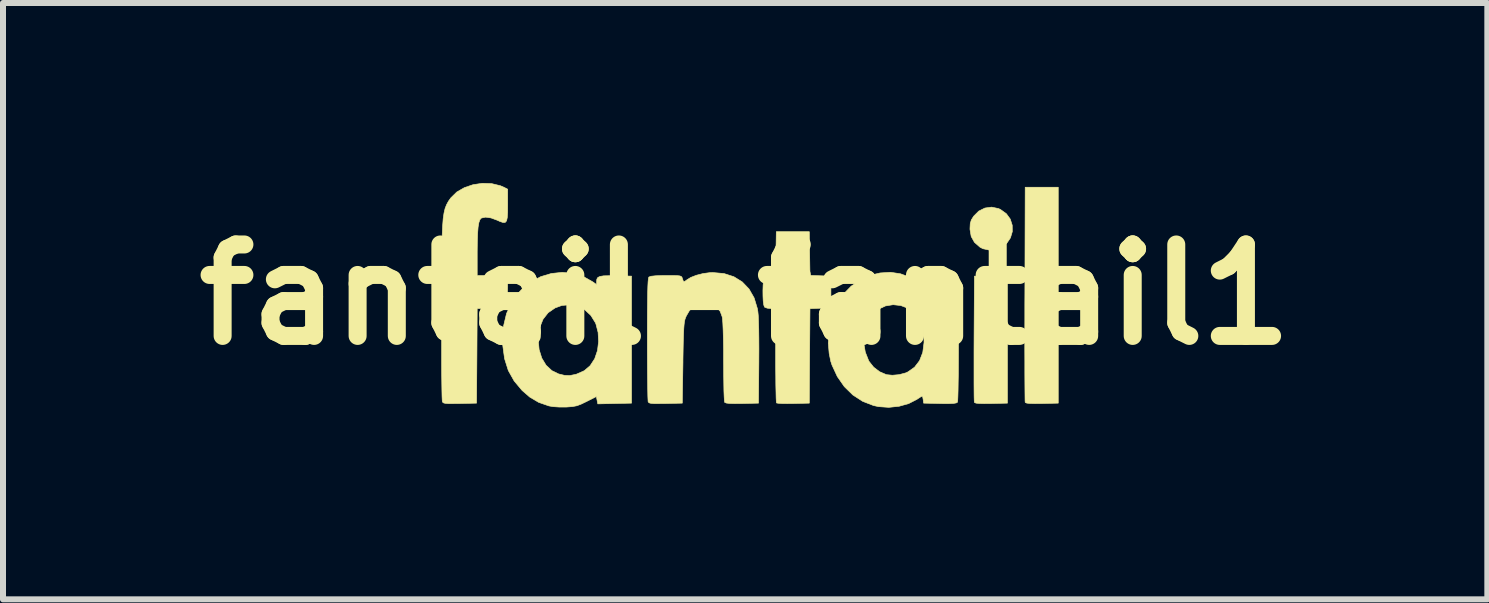
<source format=kicad_pcb>
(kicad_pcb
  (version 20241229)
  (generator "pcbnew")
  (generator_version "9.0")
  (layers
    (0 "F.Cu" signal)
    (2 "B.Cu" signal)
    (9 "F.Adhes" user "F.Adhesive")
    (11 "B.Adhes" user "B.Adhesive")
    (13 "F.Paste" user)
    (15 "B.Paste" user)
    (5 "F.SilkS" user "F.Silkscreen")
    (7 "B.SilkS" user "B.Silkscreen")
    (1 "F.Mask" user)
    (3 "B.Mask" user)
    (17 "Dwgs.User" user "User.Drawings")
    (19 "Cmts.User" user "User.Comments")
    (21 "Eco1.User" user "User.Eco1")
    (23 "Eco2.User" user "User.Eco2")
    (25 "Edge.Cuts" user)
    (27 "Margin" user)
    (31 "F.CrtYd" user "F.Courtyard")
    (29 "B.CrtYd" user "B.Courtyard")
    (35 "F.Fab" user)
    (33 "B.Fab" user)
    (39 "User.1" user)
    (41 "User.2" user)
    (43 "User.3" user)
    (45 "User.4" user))
  (footprint "fantail-fantail1"
    (layer "F.Cu")
    (at 4.169 3.689)
    (property "Reference" "fantail-fantail1" (at 5.2 -1.83 0) (layer "F.SilkS") (effects (font (size 1.524 1.524) (thickness 0.3))))
    (attr through_hole)
    (fp_poly (pts (xy 9.571 -0.02) (xy 9.301 -0.014) (xy 9.181 -0.013) (xy 9.099 -0.015) (xy 9.048 -0.02) (xy 9.024 -0.03) (xy 9.02 -0.035) (xy 9.018 -0.061) (xy 9.016 -0.126) (xy 9.015 -0.224) (xy 9.014 -0.351) (xy 9.014 -0.505) (xy 9.014 -0.68) (xy 9.014 -0.872) (xy 9.015 -1.077) (xy 9.015 -1.1) (xy 9.021 -2.137) (xy 9.571 -2.137) (xy 9.571 -0.02)) (stroke (width 0.01) (type solid)) (fill yes) (layer "F.SilkS"))
    (fp_poly (pts (xy 10.418 -0.02) (xy 10.147 -0.014) (xy 10.028 -0.013) (xy 9.946 -0.015) (xy 9.895 -0.02) (xy 9.87 -0.03) (xy 9.867 -0.035) (xy 9.865 -0.06) (xy 9.864 -0.124) (xy 9.863 -0.224) (xy 9.862 -0.357) (xy 9.861 -0.52) (xy 9.861 -0.709) (xy 9.86 -0.922) (xy 9.86 -1.155) (xy 9.861 -1.404) (xy 9.861 -1.668) (xy 9.862 -1.841) (xy 9.867 -3.619) (xy 10.418 -3.619) (xy 10.418 -0.02)) (stroke (width 0.01) (type solid)) (fill yes) (layer "F.SilkS"))
    (fp_poly (pts (xy 9.422 -3.263) (xy 9.453 -3.249) (xy 9.552 -3.178) (xy 9.618 -3.088) (xy 9.651 -2.985) (xy 9.652 -2.878) (xy 9.621 -2.775) (xy 9.558 -2.682) (xy 9.462 -2.607) (xy 9.45 -2.601) (xy 9.362 -2.574) (xy 9.26 -2.573) (xy 9.163 -2.594) (xy 9.114 -2.619) (xy 9.021 -2.701) (xy 8.967 -2.798) (xy 8.947 -2.916) (xy 8.947 -2.931) (xy 8.951 -3.012) (xy 8.969 -3.073) (xy 9.007 -3.134) (xy 9.008 -3.136) (xy 9.093 -3.221) (xy 9.196 -3.272) (xy 9.308 -3.287) (xy 9.422 -3.263)) (stroke (width 0.01) (type solid)) (fill yes) (layer "F.SilkS"))
    (fp_poly (pts (xy 6.28 -2.149) (xy 6.629 -2.137) (xy 6.629 -1.608) (xy 6.454 -1.602) (xy 6.28 -1.595) (xy 6.274 -0.808) (xy 6.269 -0.02) (xy 6.003 -0.014) (xy 5.901 -0.013) (xy 5.815 -0.014) (xy 5.753 -0.018) (xy 5.723 -0.023) (xy 5.723 -0.023) (xy 5.719 -0.047) (xy 5.716 -0.108) (xy 5.714 -0.202) (xy 5.711 -0.325) (xy 5.71 -0.47) (xy 5.708 -0.634) (xy 5.708 -0.811) (xy 5.708 -1.597) (xy 5.628 -1.597) (xy 5.568 -1.603) (xy 5.526 -1.619) (xy 5.522 -1.623) (xy 5.51 -1.656) (xy 5.501 -1.72) (xy 5.497 -1.804) (xy 5.496 -1.896) (xy 5.499 -1.985) (xy 5.505 -2.06) (xy 5.515 -2.11) (xy 5.522 -2.122) (xy 5.559 -2.139) (xy 5.616 -2.147) (xy 5.627 -2.147) (xy 5.707 -2.147) (xy 5.713 -2.513) (xy 5.719 -2.878) (xy 6.269 -2.878) (xy 6.28 -2.149)) (stroke (width 0.01) (type solid)) (fill yes) (layer "F.SilkS"))
    (fp_poly (pts (xy 0.974 -3.679) (xy 1.119 -3.644) (xy 1.184 -3.616) (xy 1.242 -3.586) (xy 1.242 -3.324) (xy 1.241 -3.199) (xy 1.235 -3.112) (xy 1.223 -3.058) (xy 1.2 -3.032) (xy 1.164 -3.031) (xy 1.111 -3.049) (xy 1.07 -3.068) (xy 0.964 -3.107) (xy 0.874 -3.12) (xy 0.808 -3.106) (xy 0.801 -3.103) (xy 0.779 -3.077) (xy 0.762 -3.029) (xy 0.749 -2.954) (xy 0.741 -2.849) (xy 0.736 -2.709) (xy 0.734 -2.534) (xy 0.734 -2.147) (xy 0.977 -2.147) (xy 1.08 -2.148) (xy 1.153 -2.144) (xy 1.201 -2.131) (xy 1.228 -2.101) (xy 1.24 -2.048) (xy 1.241 -1.967) (xy 1.238 -1.851) (xy 1.237 -1.83) (xy 1.231 -1.608) (xy 0.983 -1.602) (xy 0.734 -1.596) (xy 0.729 -0.808) (xy 0.723 -0.02) (xy 0.445 -0.014) (xy 0.33 -0.013) (xy 0.251 -0.013) (xy 0.2 -0.017) (xy 0.171 -0.025) (xy 0.157 -0.038) (xy 0.154 -0.043) (xy 0.151 -0.071) (xy 0.148 -0.137) (xy 0.146 -0.235) (xy 0.144 -0.36) (xy 0.142 -0.508) (xy 0.141 -0.673) (xy 0.141 -0.836) (xy 0.141 -1.594) (xy 0.072 -1.601) (xy 0.004 -1.608) (xy 0.004 -2.137) (xy 0.07 -2.143) (xy 0.136 -2.15) (xy 0.147 -2.641) (xy 0.151 -2.826) (xy 0.158 -2.975) (xy 0.167 -3.094) (xy 0.181 -3.189) (xy 0.199 -3.265) (xy 0.224 -3.329) (xy 0.256 -3.387) (xy 0.296 -3.443) (xy 0.394 -3.539) (xy 0.521 -3.612) (xy 0.665 -3.661) (xy 0.819 -3.684) (xy 0.974 -3.679)) (stroke (width 0.01) (type solid)) (fill yes) (layer "F.SilkS"))
    (fp_poly (pts (xy 2.333 -2.182) (xy 2.507 -2.128) (xy 2.661 -2.041) (xy 2.724 -1.996) (xy 2.724 -2.048) (xy 2.728 -2.087) (xy 2.745 -2.115) (xy 2.781 -2.132) (xy 2.842 -2.142) (xy 2.934 -2.144) (xy 3.044 -2.143) (xy 3.306 -2.137) (xy 3.306 -0.02) (xy 2.744 -0.008) (xy 2.732 -0.069) (xy 2.72 -0.13) (xy 2.556 -0.047) (xy 2.467 -0.004) (xy 2.396 0.023) (xy 2.323 0.037) (xy 2.232 0.044) (xy 2.214 0.045) (xy 2.102 0.045) (xy 1.998 0.038) (xy 1.929 0.026) (xy 1.759 -0.033) (xy 1.61 -0.121) (xy 1.483 -0.231) (xy 1.35 -0.39) (xy 1.252 -0.565) (xy 1.19 -0.762) (xy 1.16 -0.982) (xy 1.158 -1.074) (xy 1.751 -1.074) (xy 1.766 -0.913) (xy 1.81 -0.771) (xy 1.882 -0.652) (xy 1.978 -0.562) (xy 2.091 -0.507) (xy 2.191 -0.483) (xy 2.277 -0.48) (xy 2.372 -0.499) (xy 2.393 -0.505) (xy 2.519 -0.561) (xy 2.617 -0.645) (xy 2.694 -0.763) (xy 2.694 -0.765) (xy 2.739 -0.897) (xy 2.757 -1.047) (xy 2.749 -1.199) (xy 2.713 -1.338) (xy 2.704 -1.36) (xy 2.628 -1.482) (xy 2.528 -1.575) (xy 2.41 -1.635) (xy 2.28 -1.66) (xy 2.144 -1.648) (xy 2.032 -1.607) (xy 1.916 -1.527) (xy 1.831 -1.418) (xy 1.776 -1.28) (xy 1.752 -1.115) (xy 1.751 -1.074) (xy 1.158 -1.074) (xy 1.158 -1.079) (xy 1.174 -1.309) (xy 1.223 -1.514) (xy 1.307 -1.697) (xy 1.425 -1.862) (xy 1.477 -1.917) (xy 1.627 -2.039) (xy 1.793 -2.128) (xy 1.97 -2.181) (xy 2.152 -2.2) (xy 2.333 -2.182)) (stroke (width 0.01) (type solid)) (fill yes) (layer "F.SilkS"))
    (fp_poly (pts (xy 4.848 -2.18) (xy 5.012 -2.127) (xy 5.151 -2.041) (xy 5.264 -1.923) (xy 5.349 -1.775) (xy 5.403 -1.598) (xy 5.412 -1.544) (xy 5.418 -1.483) (xy 5.422 -1.384) (xy 5.426 -1.255) (xy 5.428 -1.101) (xy 5.429 -0.928) (xy 5.428 -0.741) (xy 5.428 -0.708) (xy 5.422 -0.02) (xy 5.149 -0.014) (xy 5.027 -0.013) (xy 4.942 -0.015) (xy 4.889 -0.021) (xy 4.862 -0.031) (xy 4.858 -0.035) (xy 4.854 -0.063) (xy 4.85 -0.127) (xy 4.846 -0.223) (xy 4.844 -0.344) (xy 4.842 -0.487) (xy 4.841 -0.645) (xy 4.84 -0.715) (xy 4.84 -0.915) (xy 4.837 -1.091) (xy 4.833 -1.237) (xy 4.828 -1.351) (xy 4.822 -1.429) (xy 4.817 -1.459) (xy 4.784 -1.549) (xy 4.733 -1.608) (xy 4.657 -1.642) (xy 4.548 -1.656) (xy 4.43 -1.652) (xy 4.34 -1.622) (xy 4.272 -1.564) (xy 4.22 -1.475) (xy 4.207 -1.445) (xy 4.196 -1.414) (xy 4.188 -1.376) (xy 4.182 -1.327) (xy 4.177 -1.262) (xy 4.173 -1.175) (xy 4.169 -1.062) (xy 4.166 -0.917) (xy 4.163 -0.736) (xy 4.163 -0.698) (xy 4.152 -0.02) (xy 3.874 -0.014) (xy 3.759 -0.013) (xy 3.68 -0.013) (xy 3.629 -0.017) (xy 3.6 -0.025) (xy 3.586 -0.038) (xy 3.583 -0.043) (xy 3.581 -0.07) (xy 3.578 -0.136) (xy 3.576 -0.235) (xy 3.574 -0.364) (xy 3.572 -0.518) (xy 3.571 -0.692) (xy 3.57 -0.884) (xy 3.57 -1.087) (xy 3.57 -1.336) (xy 3.571 -1.546) (xy 3.573 -1.719) (xy 3.575 -1.857) (xy 3.578 -1.964) (xy 3.582 -2.041) (xy 3.587 -2.091) (xy 3.593 -2.118) (xy 3.596 -2.122) (xy 3.631 -2.135) (xy 3.708 -2.143) (xy 3.827 -2.147) (xy 3.881 -2.147) (xy 3.989 -2.147) (xy 4.063 -2.146) (xy 4.109 -2.141) (xy 4.134 -2.132) (xy 4.147 -2.118) (xy 4.154 -2.096) (xy 4.154 -2.095) (xy 4.17 -2.052) (xy 4.191 -2.047) (xy 4.227 -2.074) (xy 4.293 -2.115) (xy 4.388 -2.152) (xy 4.498 -2.18) (xy 4.611 -2.195) (xy 4.66 -2.197) (xy 4.848 -2.18)) (stroke (width 0.01) (type solid)) (fill yes) (layer "F.SilkS"))
    (fp_poly (pts (xy 7.789 -2.176) (xy 7.956 -2.115) (xy 8.086 -2.043) (xy 8.161 -1.998) (xy 8.167 -2.067) (xy 8.174 -2.137) (xy 8.436 -2.143) (xy 8.571 -2.144) (xy 8.666 -2.139) (xy 8.718 -2.129) (xy 8.727 -2.124) (xy 8.733 -2.113) (xy 8.739 -2.087) (xy 8.744 -2.045) (xy 8.748 -1.983) (xy 8.751 -1.898) (xy 8.753 -1.786) (xy 8.754 -1.644) (xy 8.755 -1.469) (xy 8.756 -1.257) (xy 8.756 -1.081) (xy 8.755 -0.877) (xy 8.754 -0.685) (xy 8.753 -0.51) (xy 8.75 -0.356) (xy 8.748 -0.228) (xy 8.745 -0.129) (xy 8.742 -0.063) (xy 8.738 -0.036) (xy 8.738 -0.035) (xy 8.719 -0.024) (xy 8.674 -0.016) (xy 8.6 -0.013) (xy 8.491 -0.013) (xy 8.447 -0.014) (xy 8.174 -0.02) (xy 8.167 -0.078) (xy 8.159 -0.121) (xy 8.15 -0.137) (xy 8.128 -0.126) (xy 8.084 -0.098) (xy 8.062 -0.083) (xy 7.925 -0.013) (xy 7.765 0.032) (xy 7.594 0.05) (xy 7.424 0.038) (xy 7.34 0.02) (xy 7.159 -0.05) (xy 6.995 -0.156) (xy 6.853 -0.295) (xy 6.736 -0.463) (xy 6.647 -0.655) (xy 6.626 -0.719) (xy 6.6 -0.849) (xy 6.587 -1.003) (xy 6.587 -1.022) (xy 7.177 -1.022) (xy 7.202 -0.871) (xy 7.257 -0.731) (xy 7.267 -0.713) (xy 7.341 -0.62) (xy 7.44 -0.544) (xy 7.549 -0.497) (xy 7.554 -0.495) (xy 7.653 -0.485) (xy 7.766 -0.495) (xy 7.872 -0.523) (xy 7.909 -0.539) (xy 8.023 -0.619) (xy 8.107 -0.729) (xy 8.16 -0.866) (xy 8.181 -1.03) (xy 8.18 -1.12) (xy 8.172 -1.219) (xy 8.158 -1.293) (xy 8.133 -1.359) (xy 8.107 -1.409) (xy 8.022 -1.519) (xy 7.916 -1.599) (xy 7.794 -1.647) (xy 7.666 -1.661) (xy 7.537 -1.64) (xy 7.415 -1.582) (xy 7.366 -1.545) (xy 7.278 -1.443) (xy 7.216 -1.316) (xy 7.182 -1.173) (xy 7.177 -1.022) (xy 6.587 -1.022) (xy 6.588 -1.166) (xy 6.604 -1.323) (xy 6.633 -1.457) (xy 6.634 -1.46) (xy 6.715 -1.656) (xy 6.827 -1.826) (xy 6.966 -1.969) (xy 7.13 -2.081) (xy 7.313 -2.158) (xy 7.45 -2.19) (xy 7.623 -2.201) (xy 7.789 -2.176)) (stroke (width 0.01) (type solid)) (fill yes) (layer "F.SilkS")))
  (gr_rect
    (start -3 -3)
    (end 21.738 6.939)
    (stroke (width 0.1) (type default))
    (fill no)
    (layer "Edge.Cuts")))
</source>
